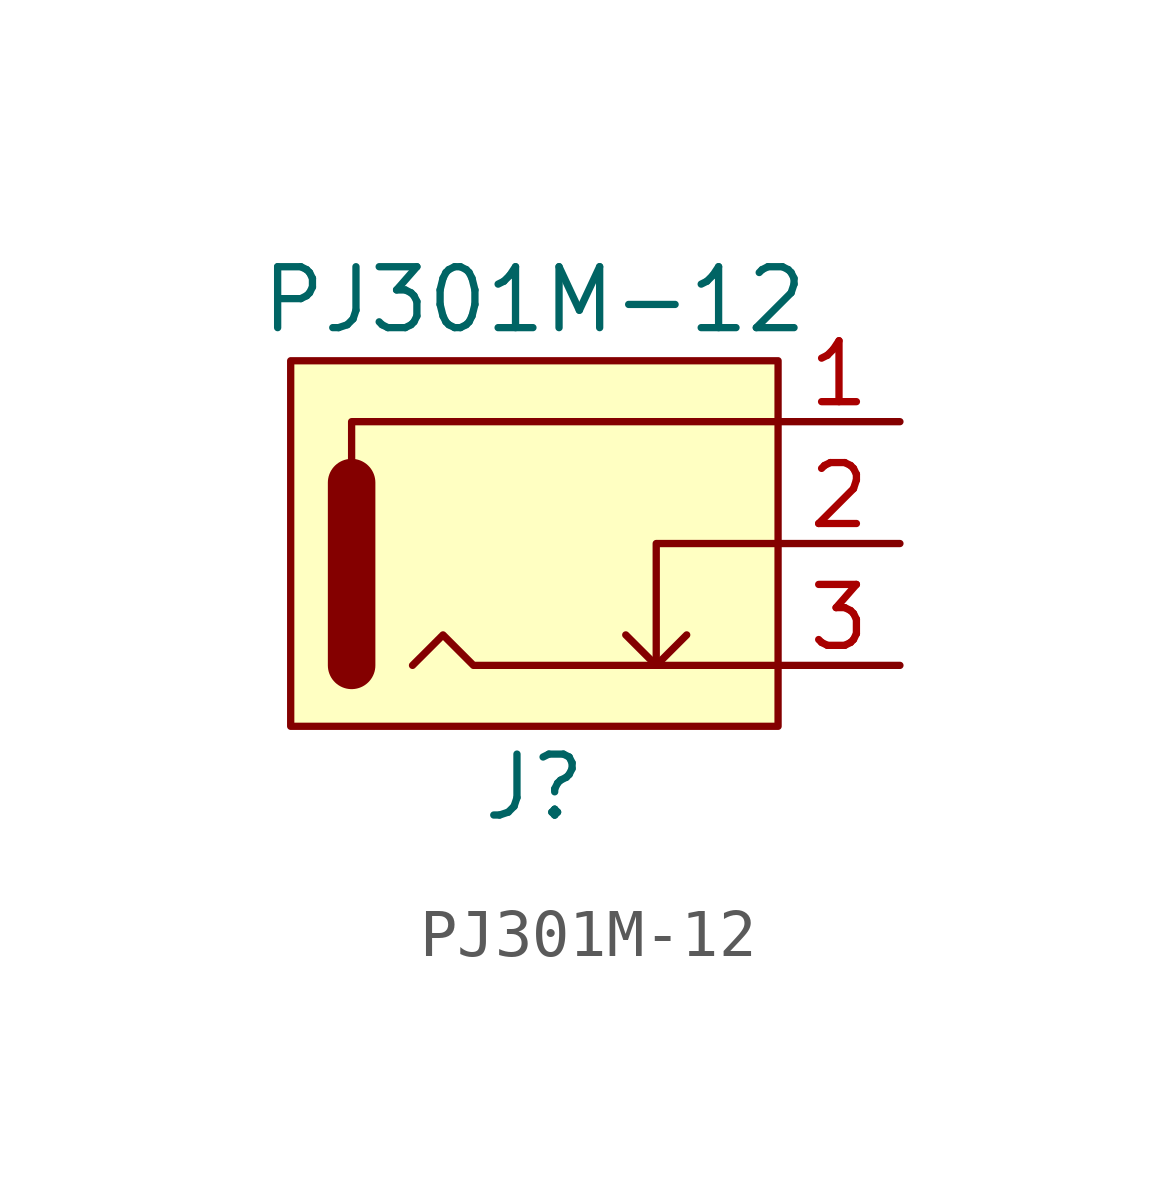
<source format=kicad_sym>
(kicad_symbol_lib
  (version 20220914)
  (generator kicad_symbol_editor)
  (symbol "PJ301M-12"
    (pin_names
      (offset 1.016))
    (property "Reference" "J"
      (at -5.08 -5.08 0)
      (effects (font (size 1.27 1.27))))
    (property "Value" "PJ301M-12"
      (at -5.08 5.08 0)
      (effects (font (size 1.27 1.27))))
    (symbol "PJ301M-12_0_1"
      (rectangle (start -10.16 3.81) (end 0 -3.81) (stroke (width 0) (type solid)) (fill (type background)))
      (polyline (pts (xy -8.89 1.27) (xy -8.89 -2.54)) (stroke (width 0.991) (type solid)) (fill (type none)))
      (polyline (pts (xy -3.175 -1.905) (xy -2.54 -2.54) (xy -1.905 -1.905)) (stroke (width 0) (type solid)) (fill (type none)))
      (polyline (pts (xy 0 0) (xy -2.54 0) (xy -2.54 -2.54)) (stroke (width 0) (type solid)) (fill (type none)))
      (polyline (pts (xy 0 2.54) (xy -8.89 2.54) (xy -8.89 1.27)) (stroke (width 0) (type solid)) (fill (type none)))
      (polyline (pts (xy 0 -2.54) (xy -6.35 -2.54) (xy -6.985 -1.905) (xy -7.62 -2.54)) (stroke (width 0) (type solid)) (fill (type none))))
    (symbol "PJ301M-12_1_1"
      (pin passive line (at 2.54 2.54 180) (length 2.54) (name "~" (effects (font (size 1.27 1.27)))) (number "1" (effects (font (size 1.27 1.27)))))
      (pin passive line (at 2.54 0 180) (length 2.54) (name "~" (effects (font (size 1.27 1.27)))) (number "2" (effects (font (size 1.27 1.27)))))
      (pin passive line (at 2.54 -2.54 180) (length 2.54) (name "~" (effects (font (size 1.27 1.27)))) (number "3" (effects (font (size 1.27 1.27))))))))
</source>
